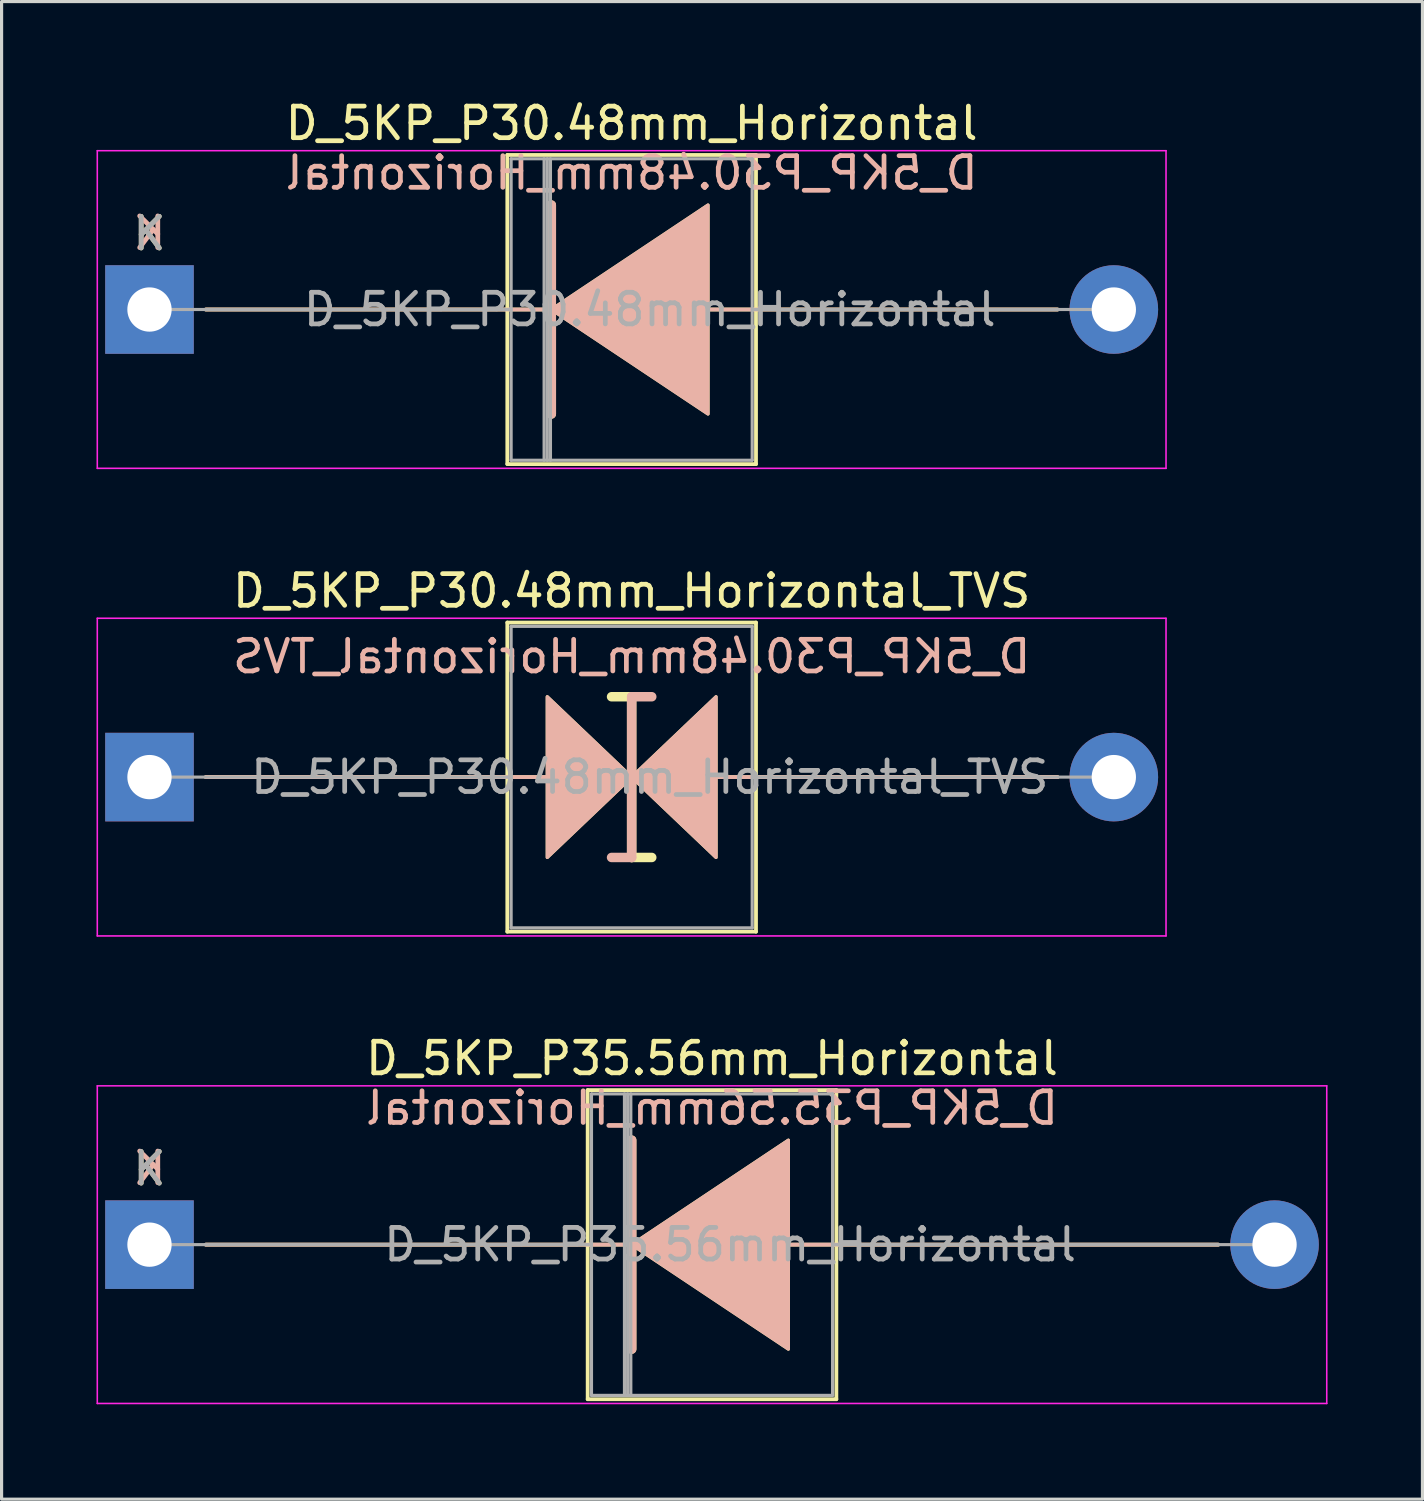
<source format=kicad_pcb>
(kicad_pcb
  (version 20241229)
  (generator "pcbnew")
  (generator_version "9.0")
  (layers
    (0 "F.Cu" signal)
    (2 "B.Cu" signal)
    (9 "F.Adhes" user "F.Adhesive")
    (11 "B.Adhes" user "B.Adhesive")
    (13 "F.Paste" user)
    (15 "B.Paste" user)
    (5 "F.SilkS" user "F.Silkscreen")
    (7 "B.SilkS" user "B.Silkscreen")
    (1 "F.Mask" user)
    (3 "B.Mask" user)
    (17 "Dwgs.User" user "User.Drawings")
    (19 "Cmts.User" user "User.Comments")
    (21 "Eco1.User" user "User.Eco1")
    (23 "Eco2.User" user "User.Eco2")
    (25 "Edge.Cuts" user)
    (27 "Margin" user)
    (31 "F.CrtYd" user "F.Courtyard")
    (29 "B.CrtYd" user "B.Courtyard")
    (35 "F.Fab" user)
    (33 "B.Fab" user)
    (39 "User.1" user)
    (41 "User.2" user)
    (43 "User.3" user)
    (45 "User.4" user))
  (footprint "D_5KP_P35.56mm_Horizontal"
    (layer "F.Cu")
    (at 1.675 36.29)
    (property "Reference" "D_5KP_P35.56mm_Horizontal" (at 17.78 -5.885 0) (layer "F.SilkS") (effects (font (size 1 1) (thickness 0.15))))
    (fp_line (start 1.778 0) (end 15.113 0) (stroke (width 0.12) (type solid)) (layer "F.SilkS"))
    (fp_line (start 13.85 -4.885) (end 13.85 4.885) (stroke (width 0.12) (type solid)) (layer "F.SilkS"))
    (fp_line (start 13.85 4.885) (end 21.71 4.885) (stroke (width 0.12) (type solid)) (layer "F.SilkS"))
    (fp_line (start 15.24 -3.302) (end 15.24 3.302) (stroke (width 0.3) (type solid)) (layer "F.SilkS"))
    (fp_line (start 21.71 -4.885) (end 13.85 -4.885) (stroke (width 0.12) (type solid)) (layer "F.SilkS"))
    (fp_line (start 21.71 4.885) (end 21.71 -4.885) (stroke (width 0.12) (type solid)) (layer "F.SilkS"))
    (fp_line (start 33.782 0) (end 20.23 0) (stroke (width 0.12) (type solid)) (layer "F.SilkS"))
    (fp_poly (pts (xy 20.193 3.302) (xy 15.24 0) (xy 20.193 -3.302)) (stroke (width 0.1) (type solid)) (fill yes) (layer "F.SilkS"))
    (fp_line (start 1.778 0) (end 15.113 0) (stroke (width 0.12) (type solid)) (layer "B.SilkS"))
    (fp_line (start 15.24 3.302) (end 15.24 -3.302) (stroke (width 0.3) (type solid)) (layer "B.SilkS"))
    (fp_line (start 33.782 0) (end 20.23 0) (stroke (width 0.12) (type solid)) (layer "B.SilkS"))
    (fp_poly (pts (xy 20.193 -3.302) (xy 15.24 0) (xy 20.193 3.302)) (stroke (width 0.1) (type solid)) (fill yes) (layer "B.SilkS"))
    (fp_line (start -1.65 -5.02) (end -1.65 5.02) (stroke (width 0.05) (type solid)) (layer "F.CrtYd"))
    (fp_line (start -1.65 5.02) (end 37.21 5.02) (stroke (width 0.05) (type solid)) (layer "F.CrtYd"))
    (fp_line (start 37.21 -5.02) (end -1.65 -5.02) (stroke (width 0.05) (type solid)) (layer "F.CrtYd"))
    (fp_line (start 37.21 5.02) (end 37.21 -5.02) (stroke (width 0.05) (type solid)) (layer "F.CrtYd"))
    (fp_line (start 0 0) (end 13.97 0) (stroke (width 0.1) (type solid)) (layer "F.Fab"))
    (fp_line (start 13.97 -4.765) (end 13.97 4.765) (stroke (width 0.1) (type solid)) (layer "F.Fab"))
    (fp_line (start 13.97 4.765) (end 21.59 4.765) (stroke (width 0.1) (type solid)) (layer "F.Fab"))
    (fp_line (start 15.013 -4.765) (end 15.013 4.765) (stroke (width 0.1) (type solid)) (layer "F.Fab"))
    (fp_line (start 15.113 -4.765) (end 15.113 4.765) (stroke (width 0.1) (type solid)) (layer "F.Fab"))
    (fp_line (start 15.213 -4.765) (end 15.213 4.765) (stroke (width 0.1) (type solid)) (layer "F.Fab"))
    (fp_line (start 21.59 -4.765) (end 13.97 -4.765) (stroke (width 0.1) (type solid)) (layer "F.Fab"))
    (fp_line (start 21.59 4.765) (end 21.59 -4.765) (stroke (width 0.1) (type solid)) (layer "F.Fab"))
    (fp_line (start 35.56 0) (end 21.59 0) (stroke (width 0.1) (type solid)) (layer "F.Fab"))
    (fp_text user "K" (at 0 -2.4 0) (layer "F.SilkS") (effects (font (size 1 1) (thickness 0.15))))
    (fp_text user "K" (at 0 -2.413 0) (layer "B.SilkS") (effects (font (size 1 1) (thickness 0.15)) (justify mirror)))
    (fp_text user "${REFERENCE}" (at 17.78 -4.318 0) (layer "B.SilkS") (effects (font (size 1 1) (thickness 0.15)) (justify mirror)))
    (fp_text user "${REFERENCE}" (at 18.352 0 0) (layer "F.Fab") (effects (font (size 1 1) (thickness 0.15))))
    (fp_text user "K" (at 0 -2.4 0) (layer "F.Fab") (effects (font (size 1 1) (thickness 0.15))))
    (pad "1" thru_hole rect (at 0 0) (size 2.8 2.8) (drill 1.4) (layers "*.Cu" "*.Mask"))
    (pad "2" thru_hole oval (at 35.56 0) (size 2.8 2.8) (drill 1.4) (layers "*.Cu" "*.Mask")))
  (footprint "D_5KP_P30.48mm_Horizontal_TVS"
    (layer "F.Cu")
    (at 1.675 21.512)
    (property "Reference" "D_5KP_P30.48mm_Horizontal_TVS" (at 15.24 -5.885 0) (layer "F.SilkS") (effects (font (size 1 1) (thickness 0.15))))
    (fp_line (start 1.778 0) (end 12.573 0) (stroke (width 0.12) (type solid)) (layer "F.SilkS"))
    (fp_line (start 11.31 -4.885) (end 11.31 4.885) (stroke (width 0.12) (type solid)) (layer "F.SilkS"))
    (fp_line (start 11.31 4.885) (end 19.17 4.885) (stroke (width 0.12) (type solid)) (layer "F.SilkS"))
    (fp_line (start 15.24 -2.54) (end 14.605 -2.54) (stroke (width 0.3) (type solid)) (layer "F.SilkS"))
    (fp_line (start 15.24 2.54) (end 15.24 -2.54) (stroke (width 0.3) (type solid)) (layer "F.SilkS"))
    (fp_line (start 15.875 2.54) (end 15.24 2.54) (stroke (width 0.3) (type solid)) (layer "F.SilkS"))
    (fp_line (start 19.17 -4.885) (end 11.31 -4.885) (stroke (width 0.12) (type solid)) (layer "F.SilkS"))
    (fp_line (start 19.17 4.885) (end 19.17 -4.885) (stroke (width 0.12) (type solid)) (layer "F.SilkS"))
    (fp_line (start 28.702 0) (end 17.907 0) (stroke (width 0.12) (type solid)) (layer "F.SilkS"))
    (fp_poly (pts (xy 15.24 0) (xy 12.573 2.54) (xy 12.573 -2.54)) (stroke (width 0.1) (type solid)) (fill yes) (layer "F.SilkS"))
    (fp_poly (pts (xy 15.24 0) (xy 17.907 -2.54) (xy 17.907 2.54)) (stroke (width 0.1) (type solid)) (fill yes) (layer "F.SilkS"))
    (fp_line (start 1.778 0) (end 12.573 0) (stroke (width 0.12) (type solid)) (layer "B.SilkS"))
    (fp_line (start 15.24 -2.54) (end 15.24 2.54) (stroke (width 0.3) (type solid)) (layer "B.SilkS"))
    (fp_line (start 15.24 2.54) (end 14.605 2.54) (stroke (width 0.3) (type solid)) (layer "B.SilkS"))
    (fp_line (start 15.875 -2.54) (end 15.24 -2.54) (stroke (width 0.3) (type solid)) (layer "B.SilkS"))
    (fp_line (start 28.702 0) (end 17.907 0) (stroke (width 0.12) (type solid)) (layer "B.SilkS"))
    (fp_poly (pts (xy 15.24 0) (xy 12.573 -2.54) (xy 12.573 2.54)) (stroke (width 0.1) (type solid)) (fill yes) (layer "B.SilkS"))
    (fp_poly (pts (xy 15.24 0) (xy 17.907 2.54) (xy 17.907 -2.54)) (stroke (width 0.1) (type solid)) (fill yes) (layer "B.SilkS"))
    (fp_line (start -1.65 -5.02) (end -1.65 5.02) (stroke (width 0.05) (type solid)) (layer "F.CrtYd"))
    (fp_line (start -1.65 5.02) (end 32.13 5.02) (stroke (width 0.05) (type solid)) (layer "F.CrtYd"))
    (fp_line (start 32.13 -5.02) (end -1.65 -5.02) (stroke (width 0.05) (type solid)) (layer "F.CrtYd"))
    (fp_line (start 32.13 5.02) (end 32.13 -5.02) (stroke (width 0.05) (type solid)) (layer "F.CrtYd"))
    (fp_line (start 0 0) (end 11.43 0) (stroke (width 0.1) (type solid)) (layer "F.Fab"))
    (fp_line (start 11.43 -4.765) (end 11.43 4.765) (stroke (width 0.1) (type solid)) (layer "F.Fab"))
    (fp_line (start 11.43 4.765) (end 19.05 4.765) (stroke (width 0.1) (type solid)) (layer "F.Fab"))
    (fp_line (start 19.05 -4.765) (end 11.43 -4.765) (stroke (width 0.1) (type solid)) (layer "F.Fab"))
    (fp_line (start 19.05 4.765) (end 19.05 -4.765) (stroke (width 0.1) (type solid)) (layer "F.Fab"))
    (fp_line (start 30.48 0) (end 19.05 0) (stroke (width 0.1) (type solid)) (layer "F.Fab"))
    (fp_text user "${REFERENCE}" (at 15.24 -3.81 0) (layer "B.SilkS") (effects (font (size 1 1) (thickness 0.15)) (justify mirror)))
    (fp_text user "${REFERENCE}" (at 15.812 0 0) (layer "F.Fab") (effects (font (size 1 1) (thickness 0.15))))
    (pad "1" thru_hole rect (at 0 0) (size 2.8 2.8) (drill 1.4) (layers "*.Cu" "*.Mask"))
    (pad "2" thru_hole oval (at 30.48 0) (size 2.8 2.8) (drill 1.4) (layers "*.Cu" "*.Mask")))
  (footprint "D_5KP_P30.48mm_Horizontal"
    (layer "F.Cu")
    (at 1.675 6.733)
    (property "Reference" "D_5KP_P30.48mm_Horizontal" (at 15.24 -5.885 0) (layer "F.SilkS") (effects (font (size 1 1) (thickness 0.15))))
    (fp_line (start 1.778 0) (end 12.573 0) (stroke (width 0.12) (type solid)) (layer "F.SilkS"))
    (fp_line (start 11.31 -4.885) (end 11.31 4.885) (stroke (width 0.12) (type solid)) (layer "F.SilkS"))
    (fp_line (start 11.31 4.885) (end 19.17 4.885) (stroke (width 0.12) (type solid)) (layer "F.SilkS"))
    (fp_line (start 12.7 -3.302) (end 12.7 3.302) (stroke (width 0.3) (type solid)) (layer "F.SilkS"))
    (fp_line (start 19.17 -4.885) (end 11.31 -4.885) (stroke (width 0.12) (type solid)) (layer "F.SilkS"))
    (fp_line (start 19.17 4.885) (end 19.17 -4.885) (stroke (width 0.12) (type solid)) (layer "F.SilkS"))
    (fp_line (start 28.702 0) (end 17.69 0) (stroke (width 0.12) (type solid)) (layer "F.SilkS"))
    (fp_poly (pts (xy 17.653 3.302) (xy 12.7 0) (xy 17.653 -3.302)) (stroke (width 0.1) (type solid)) (fill yes) (layer "F.SilkS"))
    (fp_line (start 1.778 0) (end 12.573 0) (stroke (width 0.12) (type solid)) (layer "B.SilkS"))
    (fp_line (start 12.7 3.302) (end 12.7 -3.302) (stroke (width 0.3) (type solid)) (layer "B.SilkS"))
    (fp_line (start 28.702 0) (end 17.69 0) (stroke (width 0.12) (type solid)) (layer "B.SilkS"))
    (fp_poly (pts (xy 17.653 -3.302) (xy 12.7 0) (xy 17.653 3.302)) (stroke (width 0.1) (type solid)) (fill yes) (layer "B.SilkS"))
    (fp_line (start -1.65 -5.02) (end -1.65 5.02) (stroke (width 0.05) (type solid)) (layer "F.CrtYd"))
    (fp_line (start -1.65 5.02) (end 32.13 5.02) (stroke (width 0.05) (type solid)) (layer "F.CrtYd"))
    (fp_line (start 32.13 -5.02) (end -1.65 -5.02) (stroke (width 0.05) (type solid)) (layer "F.CrtYd"))
    (fp_line (start 32.13 5.02) (end 32.13 -5.02) (stroke (width 0.05) (type solid)) (layer "F.CrtYd"))
    (fp_line (start 0 0) (end 11.43 0) (stroke (width 0.1) (type solid)) (layer "F.Fab"))
    (fp_line (start 11.43 -4.765) (end 11.43 4.765) (stroke (width 0.1) (type solid)) (layer "F.Fab"))
    (fp_line (start 11.43 4.765) (end 19.05 4.765) (stroke (width 0.1) (type solid)) (layer "F.Fab"))
    (fp_line (start 12.473 -4.765) (end 12.473 4.765) (stroke (width 0.1) (type solid)) (layer "F.Fab"))
    (fp_line (start 12.573 -4.765) (end 12.573 4.765) (stroke (width 0.1) (type solid)) (layer "F.Fab"))
    (fp_line (start 12.673 -4.765) (end 12.673 4.765) (stroke (width 0.1) (type solid)) (layer "F.Fab"))
    (fp_line (start 19.05 -4.765) (end 11.43 -4.765) (stroke (width 0.1) (type solid)) (layer "F.Fab"))
    (fp_line (start 19.05 4.765) (end 19.05 -4.765) (stroke (width 0.1) (type solid)) (layer "F.Fab"))
    (fp_line (start 30.48 0) (end 19.05 0) (stroke (width 0.1) (type solid)) (layer "F.Fab"))
    (fp_text user "K" (at 0 -2.4 0) (layer "F.SilkS") (effects (font (size 1 1) (thickness 0.15))))
    (fp_text user "${REFERENCE}" (at 15.24 -4.318 0) (layer "B.SilkS") (effects (font (size 1 1) (thickness 0.15)) (justify mirror)))
    (fp_text user "K" (at 0 -2.413 0) (layer "B.SilkS") (effects (font (size 1 1) (thickness 0.15)) (justify mirror)))
    (fp_text user "K" (at 0 -2.4 0) (layer "F.Fab") (effects (font (size 1 1) (thickness 0.15))))
    (fp_text user "${REFERENCE}" (at 15.812 0 0) (layer "F.Fab") (effects (font (size 1 1) (thickness 0.15))))
    (pad "1" thru_hole rect (at 0 0) (size 2.8 2.8) (drill 1.4) (layers "*.Cu" "*.Mask"))
    (pad "2" thru_hole oval (at 30.48 0) (size 2.8 2.8) (drill 1.4) (layers "*.Cu" "*.Mask")))
  (gr_rect
    (start -3 -3)
    (end 41.91 44.335)
    (stroke (width 0.1) (type default))
    (fill no)
    (layer "Edge.Cuts")))
</source>
